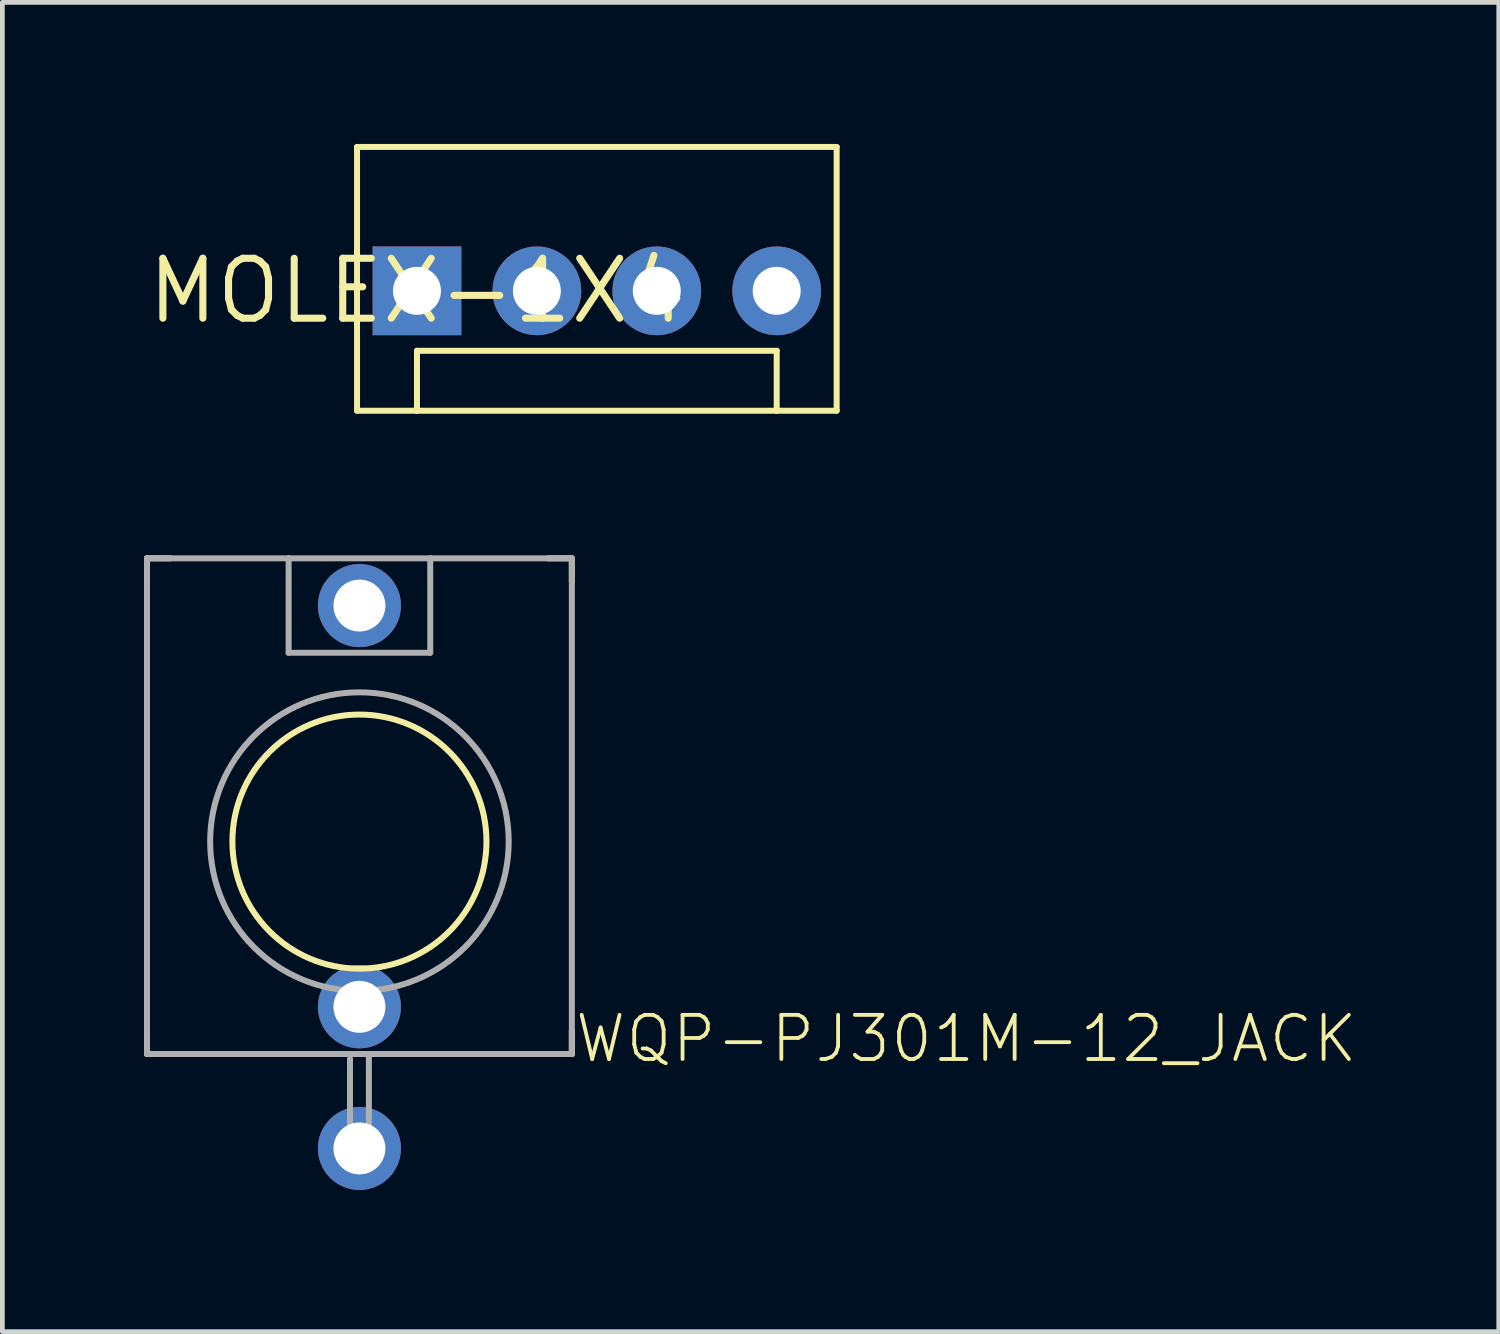
<source format=kicad_pcb>
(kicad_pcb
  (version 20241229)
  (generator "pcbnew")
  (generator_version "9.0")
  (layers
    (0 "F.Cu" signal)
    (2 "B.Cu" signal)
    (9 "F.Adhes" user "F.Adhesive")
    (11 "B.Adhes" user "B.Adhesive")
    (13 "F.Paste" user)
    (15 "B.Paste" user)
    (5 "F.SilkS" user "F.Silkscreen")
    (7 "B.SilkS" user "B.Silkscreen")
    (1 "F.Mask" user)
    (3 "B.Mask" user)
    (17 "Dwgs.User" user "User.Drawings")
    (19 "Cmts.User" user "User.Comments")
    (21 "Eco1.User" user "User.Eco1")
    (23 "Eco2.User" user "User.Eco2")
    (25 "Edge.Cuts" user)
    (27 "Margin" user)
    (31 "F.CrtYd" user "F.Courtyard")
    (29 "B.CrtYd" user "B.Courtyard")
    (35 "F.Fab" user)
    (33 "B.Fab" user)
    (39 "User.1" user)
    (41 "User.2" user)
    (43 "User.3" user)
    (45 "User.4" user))
  (footprint "MOLEX-1X4"
    (layer "F.Cu")
    (at 5.783 3.111)
    (property "Reference" "MOLEX-1X4" (at 0 0 0) (layer "F.SilkS") (effects (font (size 1.27 1.27) (thickness 0.15))))
    (fp_line (start -1.27 -3.048) (end -1.27 2.54) (stroke (width 0.127) (type solid)) (layer "F.SilkS"))
    (fp_line (start 0 1.27) (end 7.62 1.27) (stroke (width 0.127) (type solid)) (layer "F.SilkS"))
    (fp_line (start 0 2.54) (end -1.27 2.54) (stroke (width 0.127) (type solid)) (layer "F.SilkS"))
    (fp_line (start 0 2.54) (end 0 1.27) (stroke (width 0.127) (type solid)) (layer "F.SilkS"))
    (fp_line (start 7.62 1.27) (end 7.62 2.54) (stroke (width 0.127) (type solid)) (layer "F.SilkS"))
    (fp_line (start 7.62 2.54) (end 0 2.54) (stroke (width 0.127) (type solid)) (layer "F.SilkS"))
    (fp_line (start 8.89 -3.048) (end -1.27 -3.048) (stroke (width 0.127) (type solid)) (layer "F.SilkS"))
    (fp_line (start 8.89 -3.048) (end 8.89 2.54) (stroke (width 0.127) (type solid)) (layer "F.SilkS"))
    (fp_line (start 8.89 2.54) (end 7.62 2.54) (stroke (width 0.127) (type solid)) (layer "F.SilkS"))
    (pad "1" thru_hole rect (at 0 0) (size 1.88 1.88) (drill 1.016) (layers "*.Cu" "*.Mask"))
    (pad "2" thru_hole circle (at 2.54 0) (size 1.88 1.88) (drill 1.016) (layers "*.Cu" "*.Mask"))
    (pad "3" thru_hole circle (at 5.08 0) (size 1.88 1.88) (drill 1.016) (layers "*.Cu" "*.Mask"))
    (pad "4" thru_hole circle (at 7.62 0) (size 1.88 1.88) (drill 1.016) (layers "*.Cu" "*.Mask")))
  (footprint "WQP-PJ301M-12_JACK"
    (layer "F.Cu")
    (at 4.564 14.778)
    (property "Reference" "WQP-PJ301M-12_JACK" (at 4.521 4.724 180) (layer "F.SilkS") (effects (font (size 0.935 0.935) (thickness 0.081)) (justify left bottom)))
    (fp_line (start -4.5 -6) (end -4 -6) (stroke (width 0.127) (type solid)) (layer "F.SilkS"))
    (fp_line (start -4.5 -5.5) (end -4.5 -6) (stroke (width 0.127) (type solid)) (layer "F.SilkS"))
    (fp_line (start -4.5 4) (end -4.5 4.5) (stroke (width 0.127) (type solid)) (layer "F.SilkS"))
    (fp_line (start -4.5 4.5) (end -4 4.5) (stroke (width 0.127) (type solid)) (layer "F.SilkS"))
    (fp_line (start 4 -6) (end 4.5 -6) (stroke (width 0.127) (type solid)) (layer "F.SilkS"))
    (fp_line (start 4.5 -6) (end 4.5 -5.5) (stroke (width 0.127) (type solid)) (layer "F.SilkS"))
    (fp_line (start 4.5 4) (end 4.5 4.5) (stroke (width 0.127) (type solid)) (layer "F.SilkS"))
    (fp_line (start 4.5 4.5) (end 4 4.5) (stroke (width 0.127) (type solid)) (layer "F.SilkS"))
    (fp_circle (center 0 0) (end 2.691 0) (stroke (width 0.127) (type solid)) (fill no) (layer "F.SilkS"))
    (fp_line (start -4.5 -6) (end -4.5 4.5) (stroke (width 0.127) (type solid)) (layer "F.Fab"))
    (fp_line (start -4.5 -6) (end -1.5 -6) (stroke (width 0.127) (type solid)) (layer "F.Fab"))
    (fp_line (start -4.5 4.5) (end 0.2 4.5) (stroke (width 0.127) (type solid)) (layer "F.Fab"))
    (fp_line (start -1.5 -6) (end -1.5 -4) (stroke (width 0.127) (type solid)) (layer "F.Fab"))
    (fp_line (start -1.5 -6) (end 1.5 -6) (stroke (width 0.127) (type solid)) (layer "F.Fab"))
    (fp_line (start -1.5 -4) (end 1.5 -4) (stroke (width 0.127) (type solid)) (layer "F.Fab"))
    (fp_line (start -0.2 4.6) (end -0.2 6.7) (stroke (width 0.127) (type solid)) (layer "F.Fab"))
    (fp_line (start -0.2 6.7) (end 0.2 6.7) (stroke (width 0.127) (type solid)) (layer "F.Fab"))
    (fp_line (start 0.2 4.5) (end 4.5 4.5) (stroke (width 0.127) (type solid)) (layer "F.Fab"))
    (fp_line (start 0.2 6.7) (end 0.2 4.5) (stroke (width 0.127) (type solid)) (layer "F.Fab"))
    (fp_line (start 1.5 -6) (end 4.5 -6) (stroke (width 0.127) (type solid)) (layer "F.Fab"))
    (fp_line (start 1.5 -4) (end 1.5 -6) (stroke (width 0.127) (type solid)) (layer "F.Fab"))
    (fp_line (start 4.5 4.5) (end 4.5 -6) (stroke (width 0.127) (type solid)) (layer "F.Fab"))
    (fp_circle (center 0 0) (end 3.162 0) (stroke (width 0.127) (type solid)) (fill no) (layer "F.Fab"))
    (pad "P$1_TIP" thru_hole circle (at 0 -5) (size 1.76 1.76) (drill 1.1) (layers "*.Cu" "*.Mask"))
    (pad "P$2_SWITCH" thru_hole circle (at 0 3.5) (size 1.76 1.76) (drill 1.1) (layers "*.Cu" "*.Mask"))
    (pad "P$3_SLEEVE" thru_hole circle (at 0 6.5) (size 1.76 1.76) (drill 1.1) (layers "*.Cu" "*.Mask"))
    (zone (net_name "") (layer "F.Cu") (hatch edge 0.508) (connect_pads) (min_thickness 0.254) (filled_areas_thickness no) (keepout (tracks not_allowed) (vias not_allowed) (pads not_allowed) (copperpour not_allowed) (footprints allowed)) (placement (enabled no)) (fill) (polygon (pts (xy 1.764 17.578) (xy 7.364 17.578) (xy 7.364 11.979) (xy 1.764 11.979)))))
  (gr_rect
    (start -3 -3)
    (end 28.699 25.159)
    (stroke (width 0.1) (type default))
    (fill no)
    (layer "Edge.Cuts")))
</source>
